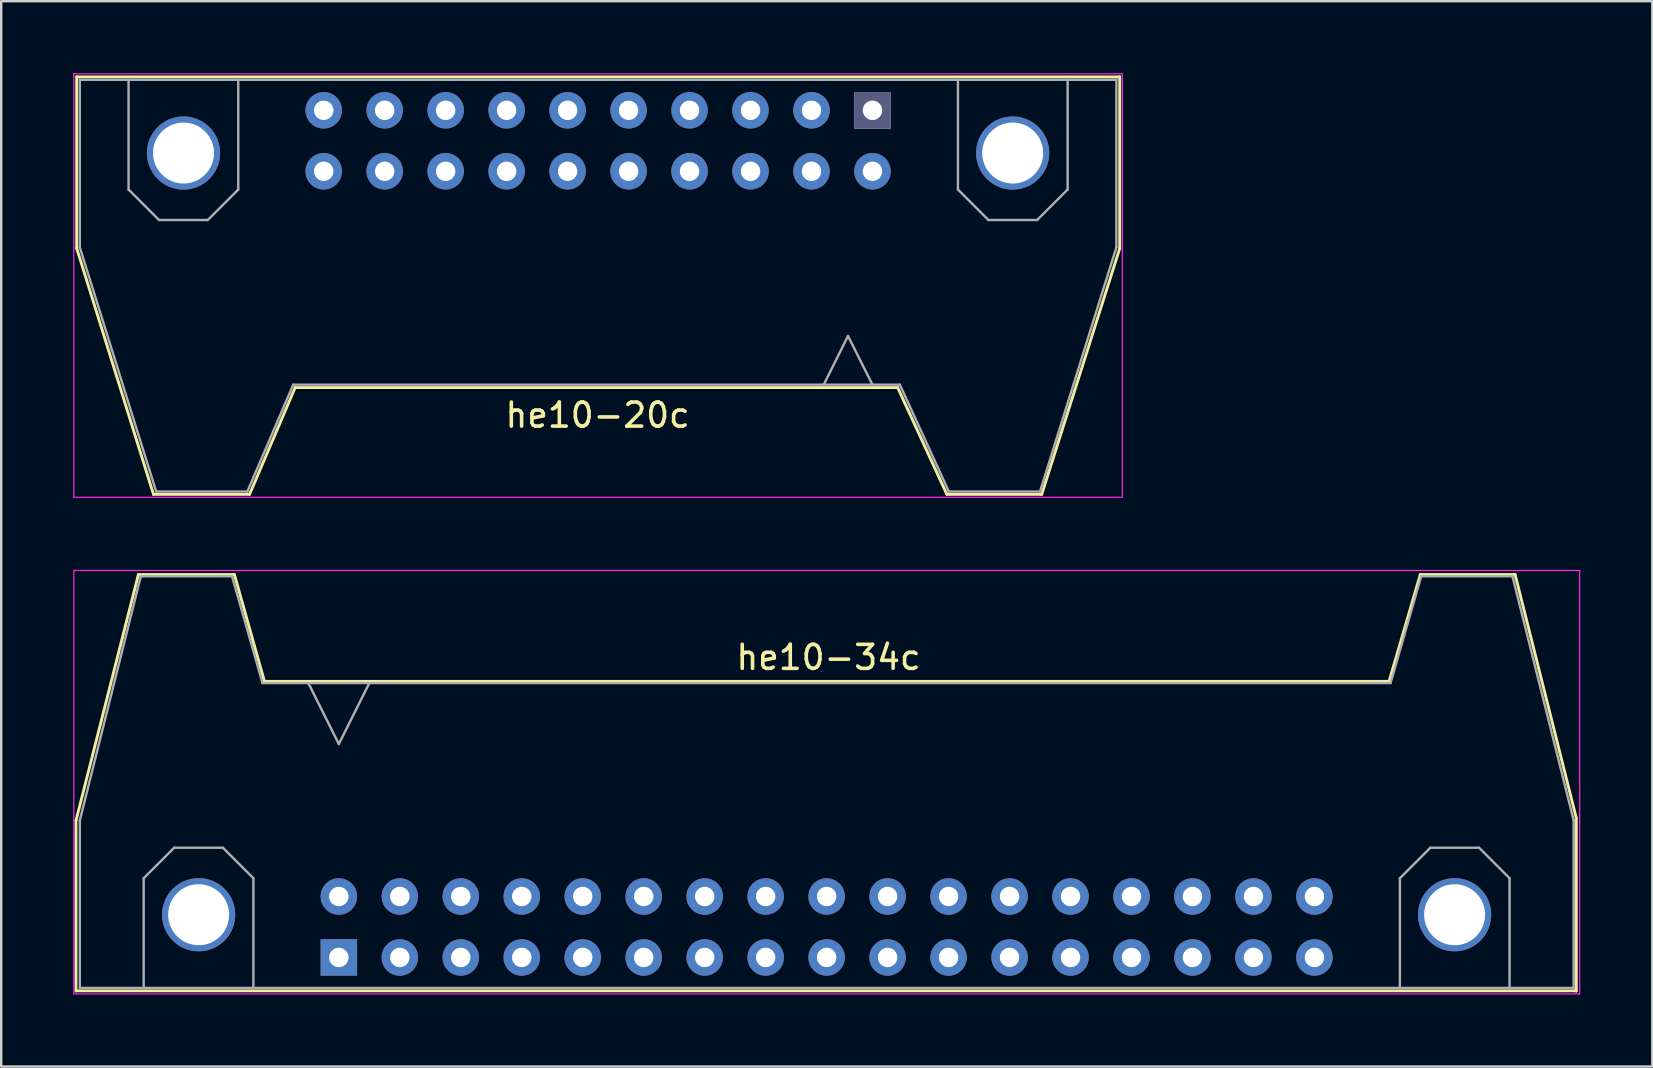
<source format=kicad_pcb>
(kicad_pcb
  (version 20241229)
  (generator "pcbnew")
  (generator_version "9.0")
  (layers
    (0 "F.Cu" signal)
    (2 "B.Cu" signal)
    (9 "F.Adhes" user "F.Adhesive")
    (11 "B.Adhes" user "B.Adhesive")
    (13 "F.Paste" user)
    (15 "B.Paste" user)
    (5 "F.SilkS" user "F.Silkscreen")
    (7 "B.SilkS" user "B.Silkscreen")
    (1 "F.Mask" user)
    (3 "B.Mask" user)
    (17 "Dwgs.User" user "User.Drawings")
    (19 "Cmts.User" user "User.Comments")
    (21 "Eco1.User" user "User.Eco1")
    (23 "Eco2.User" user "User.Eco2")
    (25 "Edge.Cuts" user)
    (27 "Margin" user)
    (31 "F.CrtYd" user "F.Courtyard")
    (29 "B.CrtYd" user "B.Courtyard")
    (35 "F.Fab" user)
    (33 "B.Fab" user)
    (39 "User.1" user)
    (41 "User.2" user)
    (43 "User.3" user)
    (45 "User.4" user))
  (footprint "he10-34c"
    (layer "F.Cu")
    (at 11.065 36.835)
    (property "Reference" "he10-34c" (at 20.4 -12.5 0) (layer "F.SilkS") (effects (font (size 1 1) (thickness 0.15))))
    (attr through_hole)
    (fp_line (start -10.95 1.4) (end -10.95 -5.7) (stroke (width 0.12) (type solid)) (layer "F.SilkS"))
    (fp_line (start -8.35 -15.95) (end -10.95 -5.7) (stroke (width 0.12) (type solid)) (layer "F.SilkS"))
    (fp_line (start -4.35 -15.95) (end -8.35 -15.95) (stroke (width 0.12) (type solid)) (layer "F.SilkS"))
    (fp_line (start -3.1 -11.5) (end -4.35 -15.95) (stroke (width 0.12) (type solid)) (layer "F.SilkS"))
    (fp_line (start 43.75 -11.5) (end -3.1 -11.5) (stroke (width 0.12) (type solid)) (layer "F.SilkS"))
    (fp_line (start 45.05 -15.95) (end 43.75 -11.5) (stroke (width 0.12) (type solid)) (layer "F.SilkS"))
    (fp_line (start 49 -15.95) (end 45.05 -15.95) (stroke (width 0.12) (type solid)) (layer "F.SilkS"))
    (fp_line (start 51.55 -5.8) (end 49 -15.95) (stroke (width 0.12) (type solid)) (layer "F.SilkS"))
    (fp_line (start 51.55 1.39) (end -10.91 1.39) (stroke (width 0.12) (type solid)) (layer "F.SilkS"))
    (fp_line (start 51.55 1.4) (end 51.55 -5.8) (stroke (width 0.12) (type solid)) (layer "F.SilkS"))
    (fp_line (start -11.04 -16.12) (end -11.04 1.52) (stroke (width 0.05) (type solid)) (layer "F.CrtYd"))
    (fp_line (start -11.04 -16.12) (end 51.69 -16.12) (stroke (width 0.05) (type solid)) (layer "F.CrtYd"))
    (fp_line (start 51.69 1.52) (end -11.04 1.52) (stroke (width 0.05) (type solid)) (layer "F.CrtYd"))
    (fp_line (start 51.69 1.52) (end 51.69 -16.12) (stroke (width 0.05) (type solid)) (layer "F.CrtYd"))
    (fp_line (start -10.79 -5.71) (end -10.79 1.27) (stroke (width 0.1) (type solid)) (layer "F.Fab"))
    (fp_line (start -10.79 1.27) (end 51.44 1.27) (stroke (width 0.1) (type solid)) (layer "F.Fab"))
    (fp_line (start -8.25 -15.88) (end -10.79 -5.71) (stroke (width 0.1) (type solid)) (layer "F.Fab"))
    (fp_line (start -8.25 -15.88) (end -4.45 -15.88) (stroke (width 0.1) (type solid)) (layer "F.Fab"))
    (fp_line (start -8.13 -3.3) (end -6.86 -4.57) (stroke (width 0.1) (type solid)) (layer "F.Fab"))
    (fp_line (start -8.13 1.27) (end -8.13 -3.3) (stroke (width 0.1) (type solid)) (layer "F.Fab"))
    (fp_line (start -6.86 -4.57) (end -4.83 -4.57) (stroke (width 0.1) (type solid)) (layer "F.Fab"))
    (fp_line (start -4.83 -4.57) (end -3.56 -3.3) (stroke (width 0.1) (type solid)) (layer "F.Fab"))
    (fp_line (start -4.45 -15.88) (end -3.18 -11.43) (stroke (width 0.1) (type solid)) (layer "F.Fab"))
    (fp_line (start -3.56 1.27) (end -3.56 -3.3) (stroke (width 0.1) (type solid)) (layer "F.Fab"))
    (fp_line (start -3.18 -11.43) (end 43.81 -11.43) (stroke (width 0.1) (type solid)) (layer "F.Fab"))
    (fp_line (start -1.27 -11.43) (end 0 -8.89) (stroke (width 0.1) (type solid)) (layer "F.Fab"))
    (fp_line (start 0 -8.89) (end 1.27 -11.43) (stroke (width 0.1) (type solid)) (layer "F.Fab"))
    (fp_line (start 44.2 -3.3) (end 45.47 -4.57) (stroke (width 0.1) (type solid)) (layer "F.Fab"))
    (fp_line (start 44.2 1.27) (end 44.2 -3.3) (stroke (width 0.1) (type solid)) (layer "F.Fab"))
    (fp_line (start 45.09 -15.88) (end 43.81 -11.43) (stroke (width 0.1) (type solid)) (layer "F.Fab"))
    (fp_line (start 45.47 -4.57) (end 47.5 -4.57) (stroke (width 0.1) (type solid)) (layer "F.Fab"))
    (fp_line (start 47.5 -4.57) (end 48.77 -3.3) (stroke (width 0.1) (type solid)) (layer "F.Fab"))
    (fp_line (start 48.77 -3.3) (end 48.77 1.27) (stroke (width 0.1) (type solid)) (layer "F.Fab"))
    (fp_line (start 48.89 -15.88) (end 45.09 -15.88) (stroke (width 0.1) (type solid)) (layer "F.Fab"))
    (fp_line (start 51.44 -5.71) (end 48.89 -15.88) (stroke (width 0.1) (type solid)) (layer "F.Fab"))
    (fp_line (start 51.44 1.27) (end 51.44 -5.71) (stroke (width 0.1) (type solid)) (layer "F.Fab"))
    (pad "0" thru_hole circle (at -5.84 -1.78) (size 3.05 3.05) (drill 2.54) (layers "*.Cu" "*.Mask"))
    (pad "0" thru_hole circle (at 46.48 -1.78) (size 3.05 3.05) (drill 2.54) (layers "*.Cu" "*.Mask"))
    (pad "1" thru_hole rect (at 0 0) (size 1.52 1.52) (drill 0.81) (layers "*.Cu" "*.Mask"))
    (pad "2" thru_hole circle (at 0 -2.54) (size 1.52 1.52) (drill 0.81) (layers "*.Cu" "*.Mask"))
    (pad "3" thru_hole circle (at 2.54 0) (size 1.52 1.52) (drill 0.81) (layers "*.Cu" "*.Mask"))
    (pad "4" thru_hole circle (at 2.54 -2.54) (size 1.52 1.52) (drill 0.81) (layers "*.Cu" "*.Mask"))
    (pad "5" thru_hole circle (at 5.08 0) (size 1.52 1.52) (drill 0.81) (layers "*.Cu" "*.Mask"))
    (pad "6" thru_hole circle (at 5.08 -2.54) (size 1.52 1.52) (drill 0.81) (layers "*.Cu" "*.Mask"))
    (pad "7" thru_hole circle (at 7.62 0) (size 1.52 1.52) (drill 0.81) (layers "*.Cu" "*.Mask"))
    (pad "8" thru_hole circle (at 7.62 -2.54) (size 1.52 1.52) (drill 0.81) (layers "*.Cu" "*.Mask"))
    (pad "9" thru_hole circle (at 10.16 0) (size 1.52 1.52) (drill 0.81) (layers "*.Cu" "*.Mask"))
    (pad "10" thru_hole circle (at 10.16 -2.54) (size 1.52 1.52) (drill 0.81) (layers "*.Cu" "*.Mask"))
    (pad "11" thru_hole circle (at 12.7 0) (size 1.52 1.52) (drill 0.81) (layers "*.Cu" "*.Mask"))
    (pad "12" thru_hole circle (at 12.7 -2.54) (size 1.52 1.52) (drill 0.81) (layers "*.Cu" "*.Mask"))
    (pad "13" thru_hole circle (at 15.24 0) (size 1.52 1.52) (drill 0.81) (layers "*.Cu" "*.Mask"))
    (pad "14" thru_hole circle (at 15.24 -2.54) (size 1.52 1.52) (drill 0.81) (layers "*.Cu" "*.Mask"))
    (pad "15" thru_hole circle (at 17.78 0) (size 1.52 1.52) (drill 0.81) (layers "*.Cu" "*.Mask"))
    (pad "16" thru_hole circle (at 17.78 -2.54) (size 1.52 1.52) (drill 0.81) (layers "*.Cu" "*.Mask"))
    (pad "17" thru_hole circle (at 20.32 0) (size 1.52 1.52) (drill 0.81) (layers "*.Cu" "*.Mask"))
    (pad "18" thru_hole circle (at 20.32 -2.54) (size 1.52 1.52) (drill 0.81) (layers "*.Cu" "*.Mask"))
    (pad "19" thru_hole circle (at 22.86 0) (size 1.52 1.52) (drill 0.81) (layers "*.Cu" "*.Mask"))
    (pad "20" thru_hole circle (at 22.86 -2.54) (size 1.52 1.52) (drill 0.81) (layers "*.Cu" "*.Mask"))
    (pad "21" thru_hole circle (at 25.4 0) (size 1.52 1.52) (drill 0.81) (layers "*.Cu" "*.Mask"))
    (pad "22" thru_hole circle (at 25.4 -2.54) (size 1.52 1.52) (drill 0.81) (layers "*.Cu" "*.Mask"))
    (pad "23" thru_hole circle (at 27.94 0) (size 1.52 1.52) (drill 0.81) (layers "*.Cu" "*.Mask"))
    (pad "24" thru_hole circle (at 27.94 -2.54) (size 1.52 1.52) (drill 0.81) (layers "*.Cu" "*.Mask"))
    (pad "25" thru_hole circle (at 30.48 0) (size 1.52 1.52) (drill 0.81) (layers "*.Cu" "*.Mask"))
    (pad "26" thru_hole circle (at 30.48 -2.54) (size 1.52 1.52) (drill 0.81) (layers "*.Cu" "*.Mask"))
    (pad "27" thru_hole circle (at 33.02 0) (size 1.52 1.52) (drill 0.81) (layers "*.Cu" "*.Mask"))
    (pad "28" thru_hole circle (at 33.02 -2.54) (size 1.52 1.52) (drill 0.81) (layers "*.Cu" "*.Mask"))
    (pad "29" thru_hole circle (at 35.56 0) (size 1.52 1.52) (drill 0.81) (layers "*.Cu" "*.Mask"))
    (pad "30" thru_hole circle (at 35.56 -2.54) (size 1.52 1.52) (drill 0.81) (layers "*.Cu" "*.Mask"))
    (pad "31" thru_hole circle (at 38.1 0) (size 1.52 1.52) (drill 0.81) (layers "*.Cu" "*.Mask"))
    (pad "32" thru_hole circle (at 38.1 -2.54) (size 1.52 1.52) (drill 0.81) (layers "*.Cu" "*.Mask"))
    (pad "33" thru_hole circle (at 40.64 0) (size 1.52 1.52) (drill 0.81) (layers "*.Cu" "*.Mask"))
    (pad "34" thru_hole circle (at 40.64 -2.54) (size 1.52 1.52) (drill 0.81) (layers "*.Cu" "*.Mask")))
  (footprint "he10-20c"
    (layer "F.Cu")
    (at 33.295 1.545)
    (property "Reference" "he10-20c" (at -11.45 12.7 0) (layer "F.SilkS") (effects (font (size 1 1) (thickness 0.15))))
    (attr through_hole)
    (fp_line (start -33.15 -1.4) (end -33.15 5.75) (stroke (width 0.12) (type solid)) (layer "F.SilkS"))
    (fp_line (start -33.15 5.75) (end -29.95 16) (stroke (width 0.12) (type solid)) (layer "F.SilkS"))
    (fp_line (start -33.14 -1.39) (end 10.28 -1.39) (stroke (width 0.12) (type solid)) (layer "F.SilkS"))
    (fp_line (start -29.95 16) (end -25.95 16) (stroke (width 0.12) (type solid)) (layer "F.SilkS"))
    (fp_line (start -25.95 16) (end -24.05 11.55) (stroke (width 0.12) (type solid)) (layer "F.SilkS"))
    (fp_line (start -24.05 11.55) (end 1.05 11.55) (stroke (width 0.12) (type solid)) (layer "F.SilkS"))
    (fp_line (start 1.05 11.55) (end 3.1 16) (stroke (width 0.12) (type solid)) (layer "F.SilkS"))
    (fp_line (start 3.1 16) (end 7.05 16) (stroke (width 0.12) (type solid)) (layer "F.SilkS"))
    (fp_line (start 7.05 16) (end 10.3 5.75) (stroke (width 0.12) (type solid)) (layer "F.SilkS"))
    (fp_line (start 10.3 5.75) (end 10.3 -1.4) (stroke (width 0.12) (type solid)) (layer "F.SilkS"))
    (fp_line (start -33.27 -1.52) (end -33.27 16.12) (stroke (width 0.05) (type solid)) (layer "F.CrtYd"))
    (fp_line (start -33.27 -1.52) (end 10.41 -1.52) (stroke (width 0.05) (type solid)) (layer "F.CrtYd"))
    (fp_line (start 10.41 16.12) (end -33.27 16.12) (stroke (width 0.05) (type solid)) (layer "F.CrtYd"))
    (fp_line (start 10.41 16.12) (end 10.41 -1.52) (stroke (width 0.05) (type solid)) (layer "F.CrtYd"))
    (fp_line (start -33.02 -1.27) (end -33.02 5.71) (stroke (width 0.1) (type solid)) (layer "F.Fab"))
    (fp_line (start -33.02 -1.27) (end 10.16 -1.27) (stroke (width 0.1) (type solid)) (layer "F.Fab"))
    (fp_line (start -33.02 5.71) (end -29.84 15.88) (stroke (width 0.1) (type solid)) (layer "F.Fab"))
    (fp_line (start -30.99 3.3) (end -30.99 -1.27) (stroke (width 0.1) (type solid)) (layer "F.Fab"))
    (fp_line (start -29.84 15.88) (end -26.04 15.88) (stroke (width 0.1) (type solid)) (layer "F.Fab"))
    (fp_line (start -29.72 4.57) (end -30.99 3.3) (stroke (width 0.1) (type solid)) (layer "F.Fab"))
    (fp_line (start -27.69 4.57) (end -29.72 4.57) (stroke (width 0.1) (type solid)) (layer "F.Fab"))
    (fp_line (start -26.42 -1.27) (end -26.42 3.3) (stroke (width 0.1) (type solid)) (layer "F.Fab"))
    (fp_line (start -26.42 3.3) (end -27.69 4.57) (stroke (width 0.1) (type solid)) (layer "F.Fab"))
    (fp_line (start -26.04 15.88) (end -24.13 11.43) (stroke (width 0.1) (type solid)) (layer "F.Fab"))
    (fp_line (start -24.13 11.43) (end 1.14 11.43) (stroke (width 0.1) (type solid)) (layer "F.Fab"))
    (fp_line (start -1.02 9.4) (end -2.03 11.43) (stroke (width 0.1) (type solid)) (layer "F.Fab"))
    (fp_line (start 0 11.43) (end -1.02 9.4) (stroke (width 0.1) (type solid)) (layer "F.Fab"))
    (fp_line (start 3.18 15.88) (end 1.14 11.43) (stroke (width 0.1) (type solid)) (layer "F.Fab"))
    (fp_line (start 3.56 3.3) (end 3.56 -1.27) (stroke (width 0.1) (type solid)) (layer "F.Fab"))
    (fp_line (start 4.83 4.57) (end 3.56 3.3) (stroke (width 0.1) (type solid)) (layer "F.Fab"))
    (fp_line (start 6.86 4.57) (end 4.83 4.57) (stroke (width 0.1) (type solid)) (layer "F.Fab"))
    (fp_line (start 6.98 15.88) (end 3.18 15.88) (stroke (width 0.1) (type solid)) (layer "F.Fab"))
    (fp_line (start 8.13 -1.27) (end 8.13 3.3) (stroke (width 0.1) (type solid)) (layer "F.Fab"))
    (fp_line (start 8.13 3.3) (end 6.86 4.57) (stroke (width 0.1) (type solid)) (layer "F.Fab"))
    (fp_line (start 10.16 -1.27) (end 10.16 5.71) (stroke (width 0.1) (type solid)) (layer "F.Fab"))
    (fp_line (start 10.16 5.71) (end 6.98 15.88) (stroke (width 0.1) (type solid)) (layer "F.Fab"))
    (pad "0" thru_hole circle (at -28.7 1.78) (size 3.05 3.05) (drill 2.54) (layers "*.Cu" "*.Mask"))
    (pad "0" thru_hole circle (at 5.84 1.78) (size 3.05 3.05) (drill 2.54) (layers "*.Cu" "*.Mask"))
    (pad "1" thru_hole rect (at 0 0) (size 1.52 1.52) (drill 0.81) (layers "*.Cu" "*.Mask" "*.Fab"))
    (pad "2" thru_hole circle (at 0 2.54) (size 1.52 1.52) (drill 0.81) (layers "*.Cu" "*.Mask"))
    (pad "3" thru_hole circle (at -2.54 0) (size 1.52 1.52) (drill 0.81) (layers "*.Cu" "*.Mask"))
    (pad "4" thru_hole circle (at -2.54 2.54) (size 1.52 1.52) (drill 0.81) (layers "*.Cu" "*.Mask"))
    (pad "5" thru_hole circle (at -5.08 0) (size 1.52 1.52) (drill 0.81) (layers "*.Cu" "*.Mask"))
    (pad "6" thru_hole circle (at -5.08 2.54) (size 1.52 1.52) (drill 0.81) (layers "*.Cu" "*.Mask"))
    (pad "7" thru_hole circle (at -7.62 0) (size 1.52 1.52) (drill 0.81) (layers "*.Cu" "*.Mask"))
    (pad "8" thru_hole circle (at -7.62 2.54) (size 1.52 1.52) (drill 0.81) (layers "*.Cu" "*.Mask"))
    (pad "9" thru_hole circle (at -10.16 0) (size 1.52 1.52) (drill 0.81) (layers "*.Cu" "*.Mask"))
    (pad "10" thru_hole circle (at -10.16 2.54) (size 1.52 1.52) (drill 0.81) (layers "*.Cu" "*.Mask"))
    (pad "11" thru_hole circle (at -12.7 0) (size 1.52 1.52) (drill 0.81) (layers "*.Cu" "*.Mask"))
    (pad "12" thru_hole circle (at -12.7 2.54) (size 1.52 1.52) (drill 0.81) (layers "*.Cu" "*.Mask"))
    (pad "13" thru_hole circle (at -15.24 0) (size 1.52 1.52) (drill 0.81) (layers "*.Cu" "*.Mask"))
    (pad "14" thru_hole circle (at -15.24 2.54) (size 1.52 1.52) (drill 0.81) (layers "*.Cu" "*.Mask"))
    (pad "15" thru_hole circle (at -17.78 0) (size 1.52 1.52) (drill 0.81) (layers "*.Cu" "*.Mask"))
    (pad "16" thru_hole circle (at -17.78 2.54) (size 1.52 1.52) (drill 0.81) (layers "*.Cu" "*.Mask"))
    (pad "17" thru_hole circle (at -20.32 0) (size 1.52 1.52) (drill 0.81) (layers "*.Cu" "*.Mask"))
    (pad "18" thru_hole circle (at -20.32 2.54) (size 1.52 1.52) (drill 0.81) (layers "*.Cu" "*.Mask"))
    (pad "19" thru_hole circle (at -22.86 0) (size 1.52 1.52) (drill 0.81) (layers "*.Cu" "*.Mask"))
    (pad "20" thru_hole circle (at -22.86 2.54) (size 1.52 1.52) (drill 0.81) (layers "*.Cu" "*.Mask")))
  (gr_rect
    (start -3 -3)
    (end 65.78 41.38)
    (stroke (width 0.1) (type default))
    (fill no)
    (layer "Edge.Cuts")))
</source>
